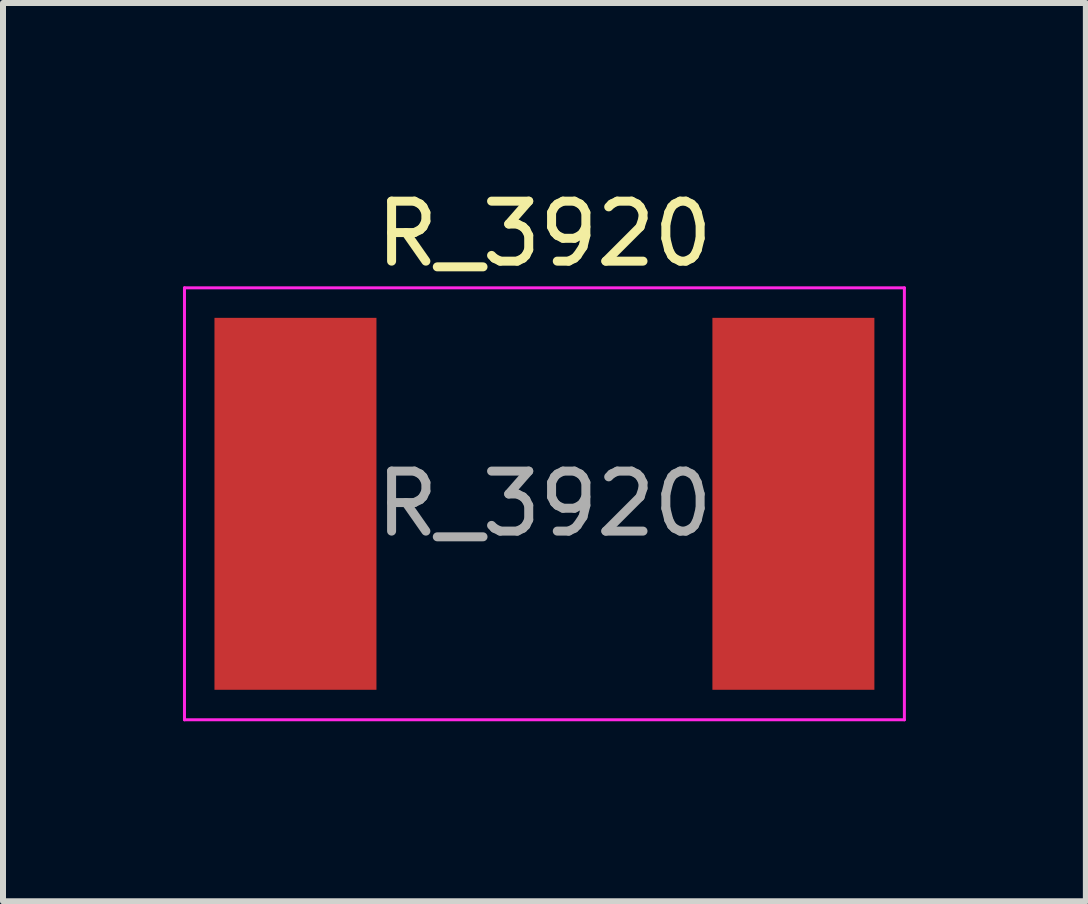
<source format=kicad_pcb>
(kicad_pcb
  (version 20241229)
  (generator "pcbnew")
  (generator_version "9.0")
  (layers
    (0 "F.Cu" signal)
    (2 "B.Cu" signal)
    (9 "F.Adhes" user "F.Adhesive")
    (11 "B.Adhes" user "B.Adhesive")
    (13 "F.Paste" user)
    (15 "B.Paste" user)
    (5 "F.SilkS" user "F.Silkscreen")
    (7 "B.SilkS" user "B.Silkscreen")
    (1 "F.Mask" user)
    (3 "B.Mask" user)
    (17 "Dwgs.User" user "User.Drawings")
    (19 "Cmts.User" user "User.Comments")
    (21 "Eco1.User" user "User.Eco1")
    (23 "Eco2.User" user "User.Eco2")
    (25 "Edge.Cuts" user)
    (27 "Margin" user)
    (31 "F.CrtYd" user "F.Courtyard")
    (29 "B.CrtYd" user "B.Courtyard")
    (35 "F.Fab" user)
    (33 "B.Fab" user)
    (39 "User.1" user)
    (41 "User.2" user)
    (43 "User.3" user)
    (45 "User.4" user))
  (footprint "R_3920"
    (layer "F.Cu")
    (at 6.025 5.348)
    (property "Reference" "R_3920" (at 0 -4.5 0) (layer "F.SilkS") (effects (font (size 1 1) (thickness 0.15))))
    (attr through_hole)
    (fp_line (start -2.5 -3.5) (end 2.5 -3.5) (stroke (width 0.12) (type solid)) (layer "B.Paste"))
    (fp_line (start -2.5 3.5) (end 2.5 3.5) (stroke (width 0.12) (type solid)) (layer "B.Paste"))
    (fp_line (start -6 -3.6) (end 6 -3.6) (stroke (width 0.05) (type solid)) (layer "F.CrtYd"))
    (fp_line (start -6 3.6) (end -6 -3.6) (stroke (width 0.05) (type solid)) (layer "F.CrtYd"))
    (fp_line (start 6 -3.6) (end 6 3.6) (stroke (width 0.05) (type solid)) (layer "F.CrtYd"))
    (fp_line (start 6 3.6) (end -6 3.6) (stroke (width 0.05) (type solid)) (layer "F.CrtYd"))
    (fp_text user "${REFERENCE}" (at 0 0 0) (layer "F.Fab") (effects (font (size 1 1) (thickness 0.15))))
    (pad "1" smd rect (at -4.15 0) (size 2.7 6.2) (layers "F.Cu" "F.Mask" "F.Paste"))
    (pad "2" smd rect (at 4.15 0) (size 2.7 6.2) (layers "F.Cu" "F.Mask" "F.Paste")))
  (gr_rect
    (start -3 -3)
    (end 15.05 11.973)
    (stroke (width 0.1) (type default))
    (fill no)
    (layer "Edge.Cuts")))
</source>
